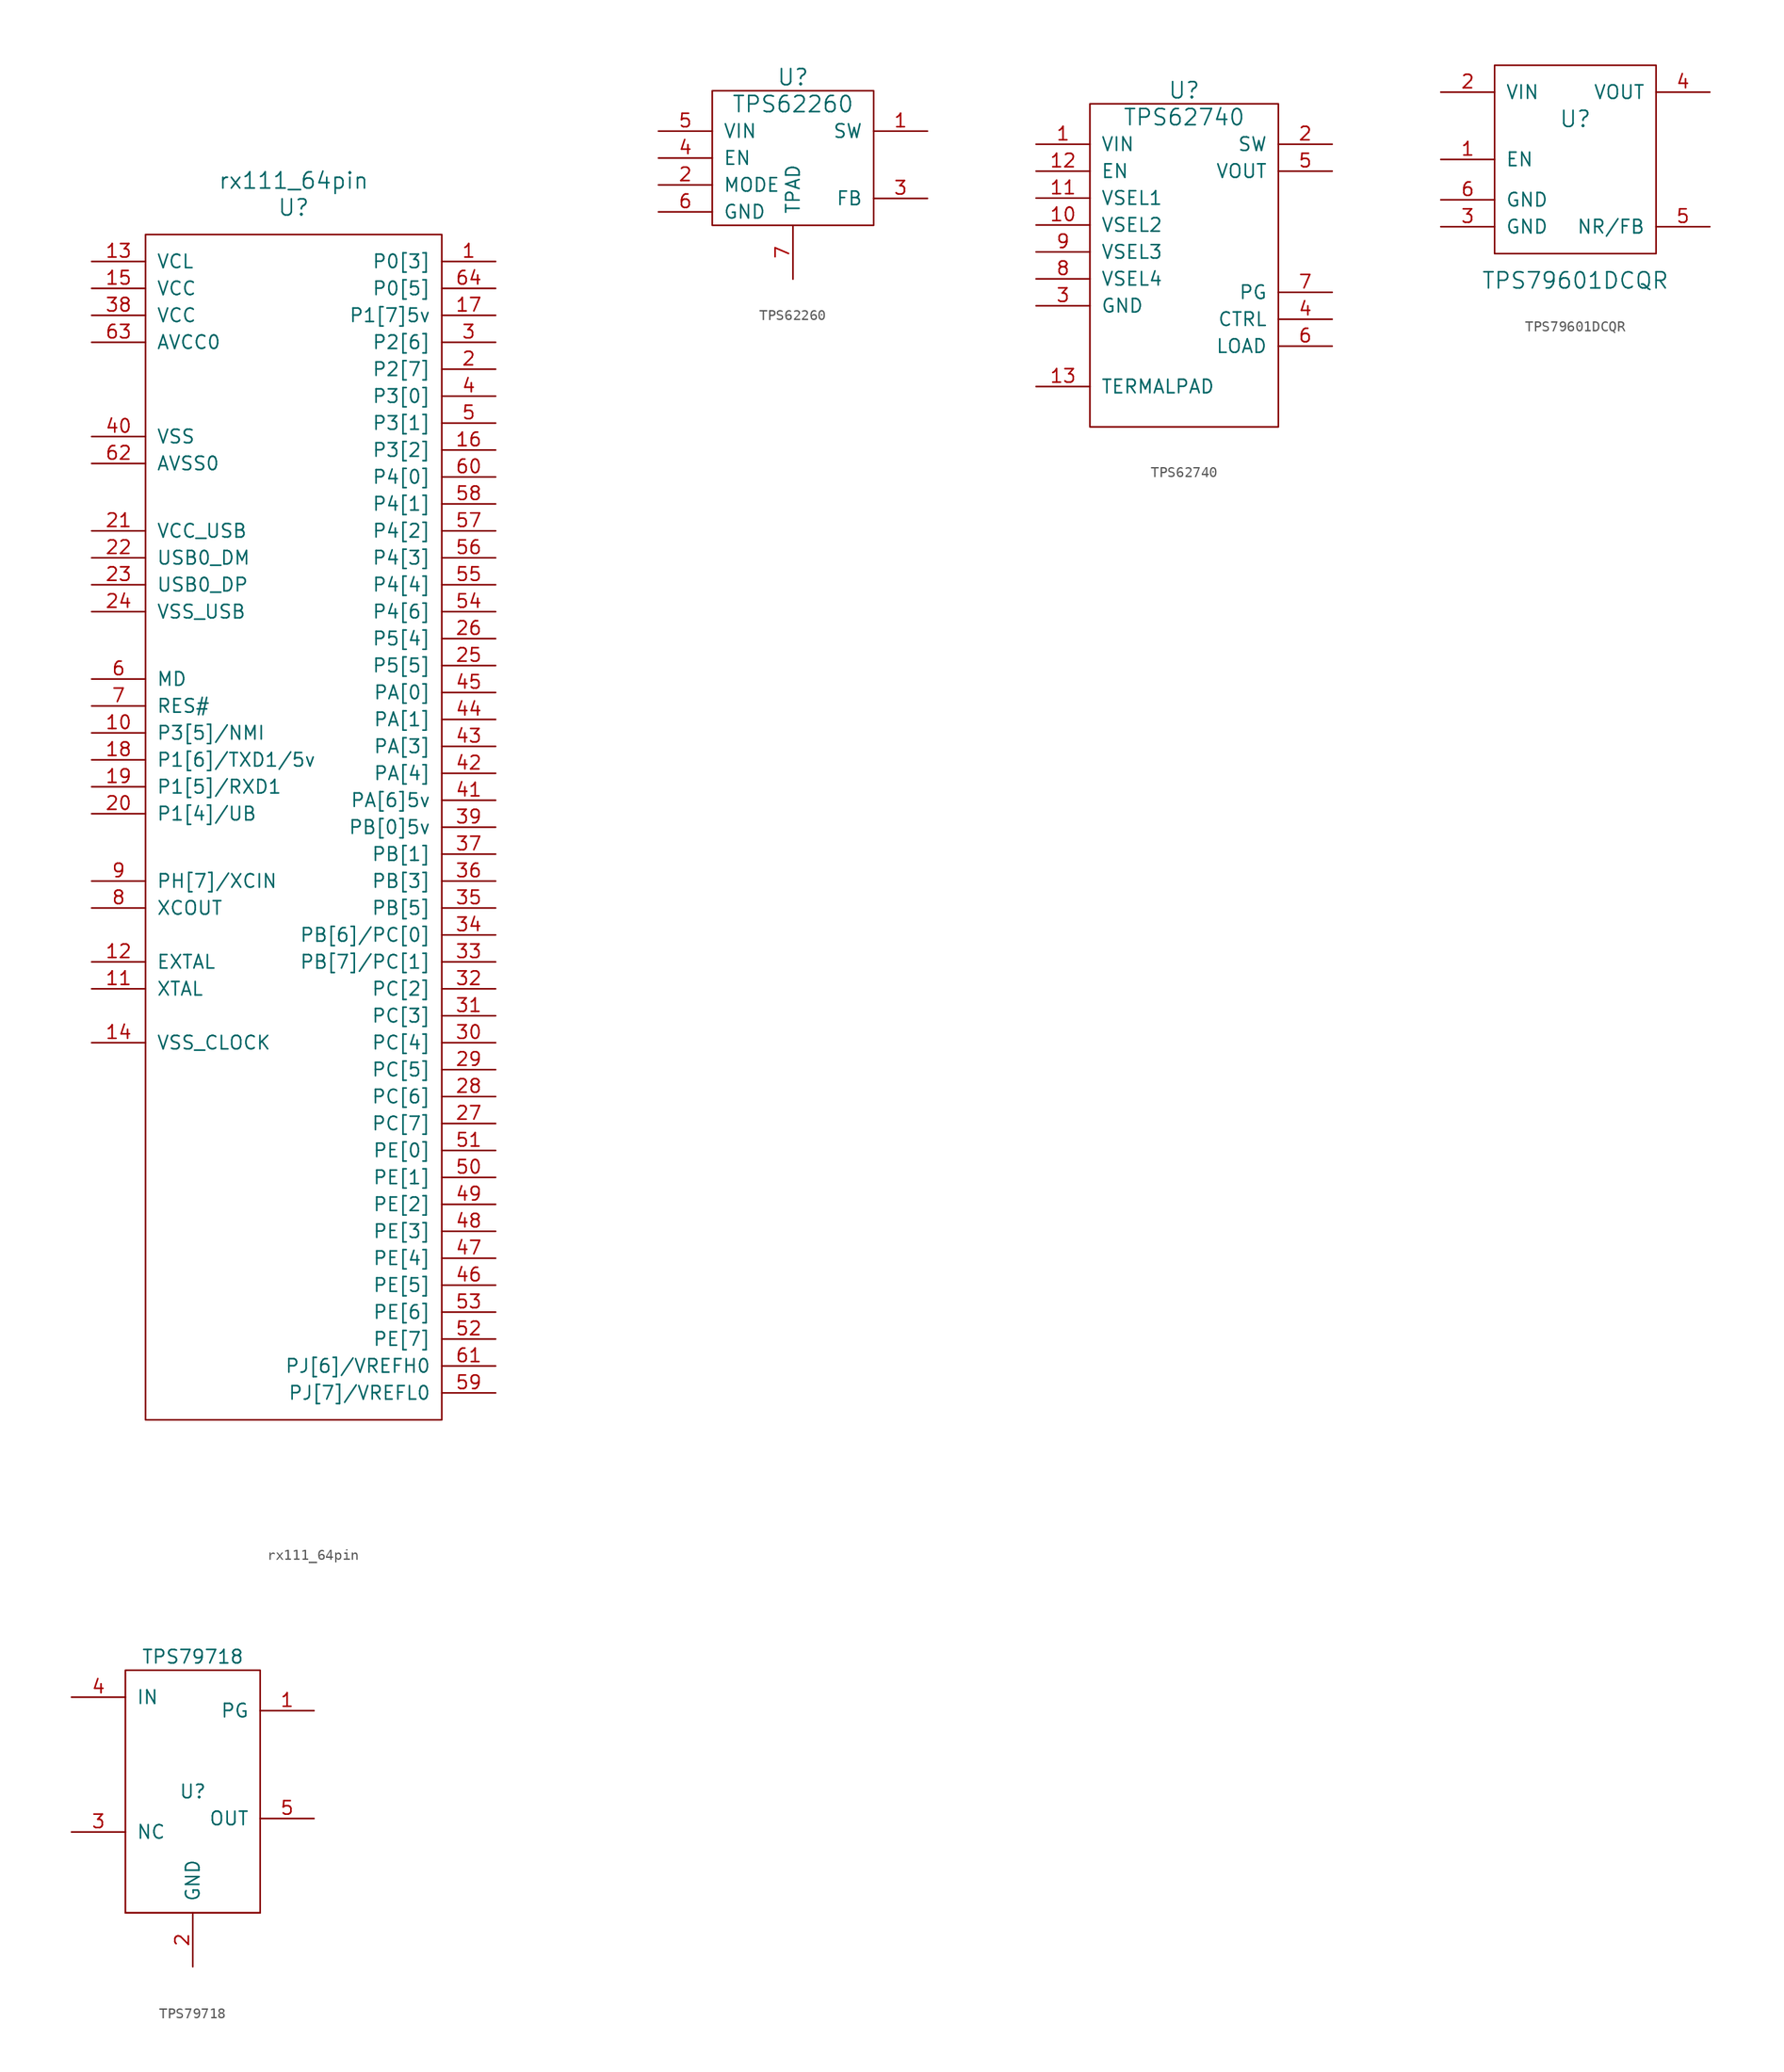
<source format=kicad_sym>
(kicad_symbol_lib
  (version 20211014)
  (generator kicad_symbol_editor)
  (symbol "rx111_64pin"
    (pin_names
      (offset 1.016))
    (property "Reference" "U"
      (at 0 38.1 0)
      (effects (font (size 1.524 1.524))))
    (property "Value" "rx111_64pin"
      (at 0 40.64 0)
      (effects (font (size 1.524 1.524))))
    (property "Footprint" ""
      (at 22.86 34.29 0)
      (effects (font (size 1.524 1.524))))
    (property "Datasheet" ""
      (at 22.86 34.29 0)
      (effects (font (size 1.524 1.524))))
    (symbol "rx111_64pin_0_1"
      (rectangle (start -13.97 35.56) (end 13.97 -76.2) (stroke (width 0) (type default) (color 0 0 0 0)) (fill (type none))))
    (symbol "rx111_64pin_1_1"
      (pin input line (at 19.05 33.02 180) (length 5.08) (name "P0[3]" (effects (font (size 1.27 1.27)))) (number "1" (effects (font (size 1.27 1.27)))))
      (pin input line (at -19.05 -11.43 0) (length 5.08) (name "P3[5]/NMI" (effects (font (size 1.27 1.27)))) (number "10" (effects (font (size 1.27 1.27)))))
      (pin input line (at -19.05 -35.56 0) (length 5.08) (name "XTAL" (effects (font (size 1.27 1.27)))) (number "11" (effects (font (size 1.27 1.27)))))
      (pin input line (at -19.05 -33.02 0) (length 5.08) (name "EXTAL" (effects (font (size 1.27 1.27)))) (number "12" (effects (font (size 1.27 1.27)))))
      (pin input line (at -19.05 33.02 0) (length 5.08) (name "VCL" (effects (font (size 1.27 1.27)))) (number "13" (effects (font (size 1.27 1.27)))))
      (pin input line (at -19.05 -40.64 0) (length 5.08) (name "VSS_CLOCK" (effects (font (size 1.27 1.27)))) (number "14" (effects (font (size 1.27 1.27)))))
      (pin input line (at -19.05 30.48 0) (length 5.08) (name "VCC" (effects (font (size 1.27 1.27)))) (number "15" (effects (font (size 1.27 1.27)))))
      (pin input line (at 19.05 15.24 180) (length 5.08) (name "P3[2]" (effects (font (size 1.27 1.27)))) (number "16" (effects (font (size 1.27 1.27)))))
      (pin input line (at 19.05 27.94 180) (length 5.08) (name "P1[7]5v" (effects (font (size 1.27 1.27)))) (number "17" (effects (font (size 1.27 1.27)))))
      (pin input line (at -19.05 -13.97 0) (length 5.08) (name "P1[6]/TXD1/5v" (effects (font (size 1.27 1.27)))) (number "18" (effects (font (size 1.27 1.27)))))
      (pin input line (at -19.05 -16.51 0) (length 5.08) (name "P1[5]/RXD1" (effects (font (size 1.27 1.27)))) (number "19" (effects (font (size 1.27 1.27)))))
      (pin input line (at 19.05 22.86 180) (length 5.08) (name "P2[7]" (effects (font (size 1.27 1.27)))) (number "2" (effects (font (size 1.27 1.27)))))
      (pin input line (at -19.05 -19.05 0) (length 5.08) (name "P1[4]/UB" (effects (font (size 1.27 1.27)))) (number "20" (effects (font (size 1.27 1.27)))))
      (pin input line (at -19.05 7.62 0) (length 5.08) (name "VCC_USB" (effects (font (size 1.27 1.27)))) (number "21" (effects (font (size 1.27 1.27)))))
      (pin input line (at -19.05 5.08 0) (length 5.08) (name "USB0_DM" (effects (font (size 1.27 1.27)))) (number "22" (effects (font (size 1.27 1.27)))))
      (pin input line (at -19.05 2.54 0) (length 5.08) (name "USB0_DP" (effects (font (size 1.27 1.27)))) (number "23" (effects (font (size 1.27 1.27)))))
      (pin input line (at -19.05 0 0) (length 5.08) (name "VSS_USB" (effects (font (size 1.27 1.27)))) (number "24" (effects (font (size 1.27 1.27)))))
      (pin input line (at 19.05 -5.08 180) (length 5.08) (name "P5[5]" (effects (font (size 1.27 1.27)))) (number "25" (effects (font (size 1.27 1.27)))))
      (pin input line (at 19.05 -2.54 180) (length 5.08) (name "P5[4]" (effects (font (size 1.27 1.27)))) (number "26" (effects (font (size 1.27 1.27)))))
      (pin input line (at 19.05 -48.26 180) (length 5.08) (name "PC[7]" (effects (font (size 1.27 1.27)))) (number "27" (effects (font (size 1.27 1.27)))))
      (pin input line (at 19.05 -45.72 180) (length 5.08) (name "PC[6]" (effects (font (size 1.27 1.27)))) (number "28" (effects (font (size 1.27 1.27)))))
      (pin input line (at 19.05 -43.18 180) (length 5.08) (name "PC[5]" (effects (font (size 1.27 1.27)))) (number "29" (effects (font (size 1.27 1.27)))))
      (pin input line (at 19.05 25.4 180) (length 5.08) (name "P2[6]" (effects (font (size 1.27 1.27)))) (number "3" (effects (font (size 1.27 1.27)))))
      (pin input line (at 19.05 -40.64 180) (length 5.08) (name "PC[4]" (effects (font (size 1.27 1.27)))) (number "30" (effects (font (size 1.27 1.27)))))
      (pin input line (at 19.05 -38.1 180) (length 5.08) (name "PC[3]" (effects (font (size 1.27 1.27)))) (number "31" (effects (font (size 1.27 1.27)))))
      (pin input line (at 19.05 -35.56 180) (length 5.08) (name "PC[2]" (effects (font (size 1.27 1.27)))) (number "32" (effects (font (size 1.27 1.27)))))
      (pin input line (at 19.05 -33.02 180) (length 5.08) (name "PB[7]/PC[1]" (effects (font (size 1.27 1.27)))) (number "33" (effects (font (size 1.27 1.27)))))
      (pin input line (at 19.05 -30.48 180) (length 5.08) (name "PB[6]/PC[0]" (effects (font (size 1.27 1.27)))) (number "34" (effects (font (size 1.27 1.27)))))
      (pin input line (at 19.05 -27.94 180) (length 5.08) (name "PB[5]" (effects (font (size 1.27 1.27)))) (number "35" (effects (font (size 1.27 1.27)))))
      (pin input line (at 19.05 -25.4 180) (length 5.08) (name "PB[3]" (effects (font (size 1.27 1.27)))) (number "36" (effects (font (size 1.27 1.27)))))
      (pin input line (at 19.05 -22.86 180) (length 5.08) (name "PB[1]" (effects (font (size 1.27 1.27)))) (number "37" (effects (font (size 1.27 1.27)))))
      (pin input line (at -19.05 27.94 0) (length 5.08) (name "VCC" (effects (font (size 1.27 1.27)))) (number "38" (effects (font (size 1.27 1.27)))))
      (pin input line (at 19.05 -20.32 180) (length 5.08) (name "PB[0]5v" (effects (font (size 1.27 1.27)))) (number "39" (effects (font (size 1.27 1.27)))))
      (pin input line (at 19.05 20.32 180) (length 5.08) (name "P3[0]" (effects (font (size 1.27 1.27)))) (number "4" (effects (font (size 1.27 1.27)))))
      (pin input line (at -19.05 16.51 0) (length 5.08) (name "VSS" (effects (font (size 1.27 1.27)))) (number "40" (effects (font (size 1.27 1.27)))))
      (pin input line (at 19.05 -17.78 180) (length 5.08) (name "PA[6]5v" (effects (font (size 1.27 1.27)))) (number "41" (effects (font (size 1.27 1.27)))))
      (pin input line (at 19.05 -15.24 180) (length 5.08) (name "PA[4]" (effects (font (size 1.27 1.27)))) (number "42" (effects (font (size 1.27 1.27)))))
      (pin input line (at 19.05 -12.7 180) (length 5.08) (name "PA[3]" (effects (font (size 1.27 1.27)))) (number "43" (effects (font (size 1.27 1.27)))))
      (pin input line (at 19.05 -10.16 180) (length 5.08) (name "PA[1]" (effects (font (size 1.27 1.27)))) (number "44" (effects (font (size 1.27 1.27)))))
      (pin input line (at 19.05 -7.62 180) (length 5.08) (name "PA[0]" (effects (font (size 1.27 1.27)))) (number "45" (effects (font (size 1.27 1.27)))))
      (pin input line (at 19.05 -63.5 180) (length 5.08) (name "PE[5]" (effects (font (size 1.27 1.27)))) (number "46" (effects (font (size 1.27 1.27)))))
      (pin input line (at 19.05 -60.96 180) (length 5.08) (name "PE[4]" (effects (font (size 1.27 1.27)))) (number "47" (effects (font (size 1.27 1.27)))))
      (pin input line (at 19.05 -58.42 180) (length 5.08) (name "PE[3]" (effects (font (size 1.27 1.27)))) (number "48" (effects (font (size 1.27 1.27)))))
      (pin input line (at 19.05 -55.88 180) (length 5.08) (name "PE[2]" (effects (font (size 1.27 1.27)))) (number "49" (effects (font (size 1.27 1.27)))))
      (pin input line (at 19.05 17.78 180) (length 5.08) (name "P3[1]" (effects (font (size 1.27 1.27)))) (number "5" (effects (font (size 1.27 1.27)))))
      (pin input line (at 19.05 -53.34 180) (length 5.08) (name "PE[1]" (effects (font (size 1.27 1.27)))) (number "50" (effects (font (size 1.27 1.27)))))
      (pin input line (at 19.05 -50.8 180) (length 5.08) (name "PE[0]" (effects (font (size 1.27 1.27)))) (number "51" (effects (font (size 1.27 1.27)))))
      (pin input line (at 19.05 -68.58 180) (length 5.08) (name "PE[7]" (effects (font (size 1.27 1.27)))) (number "52" (effects (font (size 1.27 1.27)))))
      (pin input line (at 19.05 -66.04 180) (length 5.08) (name "PE[6]" (effects (font (size 1.27 1.27)))) (number "53" (effects (font (size 1.27 1.27)))))
      (pin input line (at 19.05 0 180) (length 5.08) (name "P4[6]" (effects (font (size 1.27 1.27)))) (number "54" (effects (font (size 1.27 1.27)))))
      (pin input line (at 19.05 2.54 180) (length 5.08) (name "P4[4]" (effects (font (size 1.27 1.27)))) (number "55" (effects (font (size 1.27 1.27)))))
      (pin input line (at 19.05 5.08 180) (length 5.08) (name "P4[3]" (effects (font (size 1.27 1.27)))) (number "56" (effects (font (size 1.27 1.27)))))
      (pin input line (at 19.05 7.62 180) (length 5.08) (name "P4[2]" (effects (font (size 1.27 1.27)))) (number "57" (effects (font (size 1.27 1.27)))))
      (pin input line (at 19.05 10.16 180) (length 5.08) (name "P4[1]" (effects (font (size 1.27 1.27)))) (number "58" (effects (font (size 1.27 1.27)))))
      (pin input line (at 19.05 -73.66 180) (length 5.08) (name "PJ[7]/VREFL0" (effects (font (size 1.27 1.27)))) (number "59" (effects (font (size 1.27 1.27)))))
      (pin input line (at -19.05 -6.35 0) (length 5.08) (name "MD" (effects (font (size 1.27 1.27)))) (number "6" (effects (font (size 1.27 1.27)))))
      (pin input line (at 19.05 12.7 180) (length 5.08) (name "P4[0]" (effects (font (size 1.27 1.27)))) (number "60" (effects (font (size 1.27 1.27)))))
      (pin input line (at 19.05 -71.12 180) (length 5.08) (name "PJ[6]/VREFH0" (effects (font (size 1.27 1.27)))) (number "61" (effects (font (size 1.27 1.27)))))
      (pin input line (at -19.05 13.97 0) (length 5.08) (name "AVSS0" (effects (font (size 1.27 1.27)))) (number "62" (effects (font (size 1.27 1.27)))))
      (pin input line (at -19.05 25.4 0) (length 5.08) (name "AVCC0" (effects (font (size 1.27 1.27)))) (number "63" (effects (font (size 1.27 1.27)))))
      (pin input line (at 19.05 30.48 180) (length 5.08) (name "P0[5]" (effects (font (size 1.27 1.27)))) (number "64" (effects (font (size 1.27 1.27)))))
      (pin input line (at -19.05 -8.89 0) (length 5.08) (name "RES#" (effects (font (size 1.27 1.27)))) (number "7" (effects (font (size 1.27 1.27)))))
      (pin input line (at -19.05 -27.94 0) (length 5.08) (name "XCOUT" (effects (font (size 1.27 1.27)))) (number "8" (effects (font (size 1.27 1.27)))))
      (pin input line (at -19.05 -25.4 0) (length 5.08) (name "PH[7]/XCIN" (effects (font (size 1.27 1.27)))) (number "9" (effects (font (size 1.27 1.27)))))))
  (symbol "TPS62260"
    (pin_names
      (offset 1.016))
    (property "Reference" "U"
      (at 0 7.62 0)
      (effects (font (size 1.524 1.524))))
    (property "Value" "TPS62260"
      (at 0 5.08 0)
      (effects (font (size 1.524 1.524))))
    (property "Footprint" ""
      (at 0 0 0)
      (effects (font (size 1.524 1.524))))
    (property "Datasheet" ""
      (at 0 0 0)
      (effects (font (size 1.524 1.524))))
    (symbol "TPS62260_0_1"
      (rectangle (start -7.62 -6.35) (end 7.62 6.35) (stroke (width 0) (type default) (color 0 0 0 0)) (fill (type none))))
    (symbol "TPS62260_1_1"
      (pin input line (at 12.7 2.54 180) (length 5.08) (name "SW" (effects (font (size 1.27 1.27)))) (number "1" (effects (font (size 1.27 1.27)))))
      (pin input line (at -12.7 -2.54 0) (length 5.08) (name "MODE" (effects (font (size 1.27 1.27)))) (number "2" (effects (font (size 1.27 1.27)))))
      (pin input line (at 12.7 -3.81 180) (length 5.08) (name "FB" (effects (font (size 1.27 1.27)))) (number "3" (effects (font (size 1.27 1.27)))))
      (pin input line (at -12.7 0 0) (length 5.08) (name "EN" (effects (font (size 1.27 1.27)))) (number "4" (effects (font (size 1.27 1.27)))))
      (pin input line (at -12.7 2.54 0) (length 5.08) (name "VIN" (effects (font (size 1.27 1.27)))) (number "5" (effects (font (size 1.27 1.27)))))
      (pin input line (at -12.7 -5.08 0) (length 5.08) (name "GND" (effects (font (size 1.27 1.27)))) (number "6" (effects (font (size 1.27 1.27)))))
      (pin input line (at 0 -11.43 90) (length 5.08) (name "TPAD" (effects (font (size 1.27 1.27)))) (number "7" (effects (font (size 1.27 1.27)))))))
  (symbol "TPS62740"
    (pin_names
      (offset 1.016))
    (property "Reference" "U"
      (at 0 16.51 0)
      (effects (font (size 1.524 1.524))))
    (property "Value" "TPS62740"
      (at 0 13.97 0)
      (effects (font (size 1.524 1.524))))
    (property "Footprint" ""
      (at 0 -5.08 0)
      (effects (font (size 1.524 1.524))))
    (property "Datasheet" ""
      (at 0 -5.08 0)
      (effects (font (size 1.524 1.524))))
    (symbol "TPS62740_0_1"
      (rectangle (start -8.89 15.24) (end 8.89 -15.24) (stroke (width 0) (type default) (color 0 0 0 0)) (fill (type none))))
    (symbol "TPS62740_1_1"
      (pin power_in line (at -13.97 11.43 0) (length 5.08) (name "VIN" (effects (font (size 1.27 1.27)))) (number "1" (effects (font (size 1.27 1.27)))))
      (pin input line (at -13.97 3.81 0) (length 5.08) (name "VSEL2" (effects (font (size 1.27 1.27)))) (number "10" (effects (font (size 1.27 1.27)))))
      (pin input line (at -13.97 6.35 0) (length 5.08) (name "VSEL1" (effects (font (size 1.27 1.27)))) (number "11" (effects (font (size 1.27 1.27)))))
      (pin input line (at -13.97 8.89 0) (length 5.08) (name "EN" (effects (font (size 1.27 1.27)))) (number "12" (effects (font (size 1.27 1.27)))))
      (pin input line (at -13.97 -11.43 0) (length 5.08) (name "TERMALPAD" (effects (font (size 1.27 1.27)))) (number "13" (effects (font (size 1.27 1.27)))))
      (pin output line (at 13.97 11.43 180) (length 5.08) (name "SW" (effects (font (size 1.27 1.27)))) (number "2" (effects (font (size 1.27 1.27)))))
      (pin power_in line (at -13.97 -3.81 0) (length 5.08) (name "GND" (effects (font (size 1.27 1.27)))) (number "3" (effects (font (size 1.27 1.27)))))
      (pin input line (at 13.97 -5.08 180) (length 5.08) (name "CTRL" (effects (font (size 1.27 1.27)))) (number "4" (effects (font (size 1.27 1.27)))))
      (pin input line (at 13.97 8.89 180) (length 5.08) (name "VOUT" (effects (font (size 1.27 1.27)))) (number "5" (effects (font (size 1.27 1.27)))))
      (pin output line (at 13.97 -7.62 180) (length 5.08) (name "LOAD" (effects (font (size 1.27 1.27)))) (number "6" (effects (font (size 1.27 1.27)))))
      (pin output line (at 13.97 -2.54 180) (length 5.08) (name "PG" (effects (font (size 1.27 1.27)))) (number "7" (effects (font (size 1.27 1.27)))))
      (pin input line (at -13.97 -1.27 0) (length 5.08) (name "VSEL4" (effects (font (size 1.27 1.27)))) (number "8" (effects (font (size 1.27 1.27)))))
      (pin input line (at -13.97 1.27 0) (length 5.08) (name "VSEL3" (effects (font (size 1.27 1.27)))) (number "9" (effects (font (size 1.27 1.27)))))))
  (symbol "TPS79601DCQR"
    (pin_names
      (offset 1.016))
    (property "Reference" "U"
      (at 0 0 0)
      (effects (font (size 1.524 1.524))))
    (property "Value" "TPS79601DCQR"
      (at 0 -15.24 0)
      (effects (font (size 1.524 1.524))))
    (property "Footprint" ""
      (at 0 0 0)
      (effects (font (size 1.524 1.524))))
    (property "Datasheet" ""
      (at 0 0 0)
      (effects (font (size 1.524 1.524))))
    (symbol "TPS79601DCQR_0_1"
      (rectangle (start -7.62 5.08) (end 7.62 -12.7) (stroke (width 0) (type default) (color 0 0 0 0)) (fill (type none))))
    (symbol "TPS79601DCQR_1_1"
      (pin input line (at -12.7 -3.81 0) (length 5.08) (name "EN" (effects (font (size 1.27 1.27)))) (number "1" (effects (font (size 1.27 1.27)))))
      (pin input line (at -12.7 2.54 0) (length 5.08) (name "VIN" (effects (font (size 1.27 1.27)))) (number "2" (effects (font (size 1.27 1.27)))))
      (pin input line (at -12.7 -10.16 0) (length 5.08) (name "GND" (effects (font (size 1.27 1.27)))) (number "3" (effects (font (size 1.27 1.27)))))
      (pin input line (at 12.7 2.54 180) (length 5.08) (name "VOUT" (effects (font (size 1.27 1.27)))) (number "4" (effects (font (size 1.27 1.27)))))
      (pin input line (at 12.7 -10.16 180) (length 5.08) (name "NR/FB" (effects (font (size 1.27 1.27)))) (number "5" (effects (font (size 1.27 1.27)))))
      (pin input line (at -12.7 -7.62 0) (length 5.08) (name "GND" (effects (font (size 1.27 1.27)))) (number "6" (effects (font (size 1.27 1.27)))))))
  (symbol "TPS79718"
    (pin_names
      (offset 1.016))
    (property "Reference" "U"
      (at 0 0 0)
      (effects (font (size 1.27 1.27))))
    (property "Value" "TPS79718"
      (at 0 12.7 0)
      (effects (font (size 1.27 1.27))))
    (symbol "TPS79718_0_1"
      (rectangle (start -6.35 -11.43) (end 6.35 -11.43) (stroke (width 0) (type default) (color 0 0 0 0)) (fill (type none)))
      (rectangle (start 6.35 -11.43) (end -6.35 11.43) (stroke (width 0) (type default) (color 0 0 0 0)) (fill (type none))))
    (symbol "TPS79718_1_1"
      (pin input line (at 11.43 7.62 180) (length 5.08) (name "PG" (effects (font (size 1.27 1.27)))) (number "1" (effects (font (size 1.27 1.27)))))
      (pin input line (at 0 -16.51 90) (length 5.08) (name "GND" (effects (font (size 1.27 1.27)))) (number "2" (effects (font (size 1.27 1.27)))))
      (pin input line (at -11.43 -3.81 0) (length 5.08) (name "NC" (effects (font (size 1.27 1.27)))) (number "3" (effects (font (size 1.27 1.27)))))
      (pin input line (at -11.43 8.89 0) (length 5.08) (name "IN" (effects (font (size 1.27 1.27)))) (number "4" (effects (font (size 1.27 1.27)))))
      (pin output line (at 11.43 -2.54 180) (length 5.08) (name "OUT" (effects (font (size 1.27 1.27)))) (number "5" (effects (font (size 1.27 1.27))))))))
</source>
